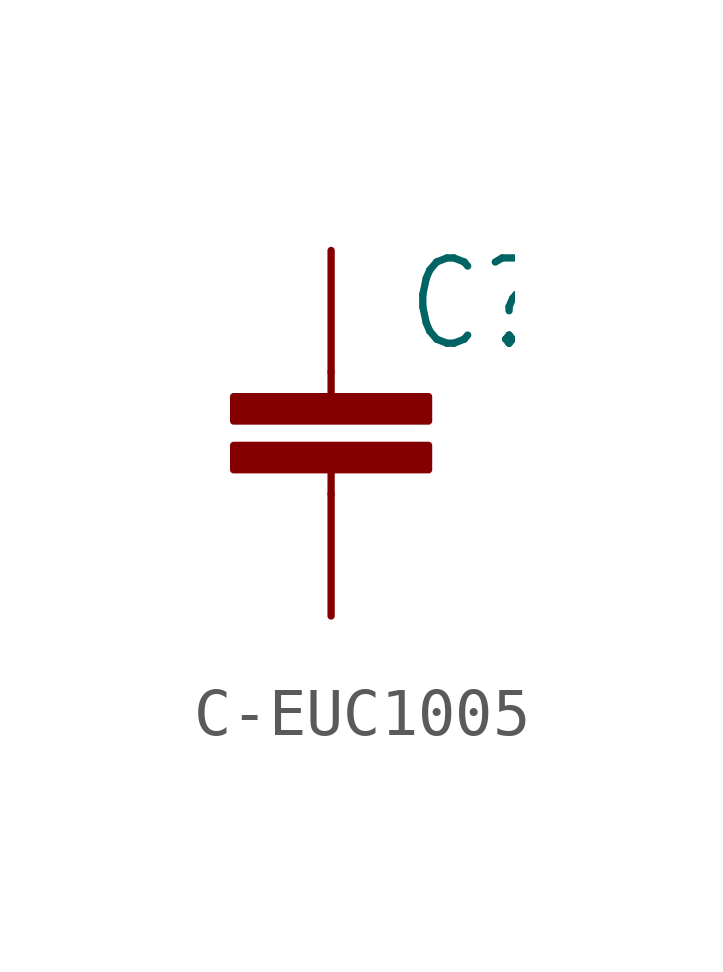
<source format=kicad_sym>
(kicad_symbol_lib
  (version 20231120)
  (generator "kicad_symbol_editor")
  (generator_version "8.0")
  (symbol "C-EUC1005"
    (property "Reference" "C"
      (at 1.524 0.381 0)
      (effects (font (size 1.778 1.511)) (justify left bottom)))
    (property "Value" ""
      (at 1.524 -4.699 0)
      (effects (font (size 1.778 1.511)) (justify left bottom)))
    (property "ki_locked" ""
      (at 0 0 0)
      (effects (font (size 1.27 1.27))))
    (symbol "C-EUC1005_1_0"
      (rectangle (start -2.032 -2.032) (end 2.032 -1.524) (stroke (width 0) (type default)) (fill (type outline)))
      (rectangle (start -2.032 -1.016) (end 2.032 -0.508) (stroke (width 0) (type default)) (fill (type outline)))
      (polyline (pts (xy 0 -2.54) (xy 0 -2.032)) (stroke (width 0.152) (type solid)) (fill (type none)))
      (polyline (pts (xy 0 0) (xy 0 -0.508)) (stroke (width 0.152) (type solid)) (fill (type none)))
      (pin passive line (at 0 2.54 270) (length 2.54) (name "1" (effects (font (size 0 0)))) (number "1" (effects (font (size 0 0)))))
      (pin passive line (at 0 -5.08 90) (length 2.54) (name "2" (effects (font (size 0 0)))) (number "2" (effects (font (size 0 0))))))))
</source>
